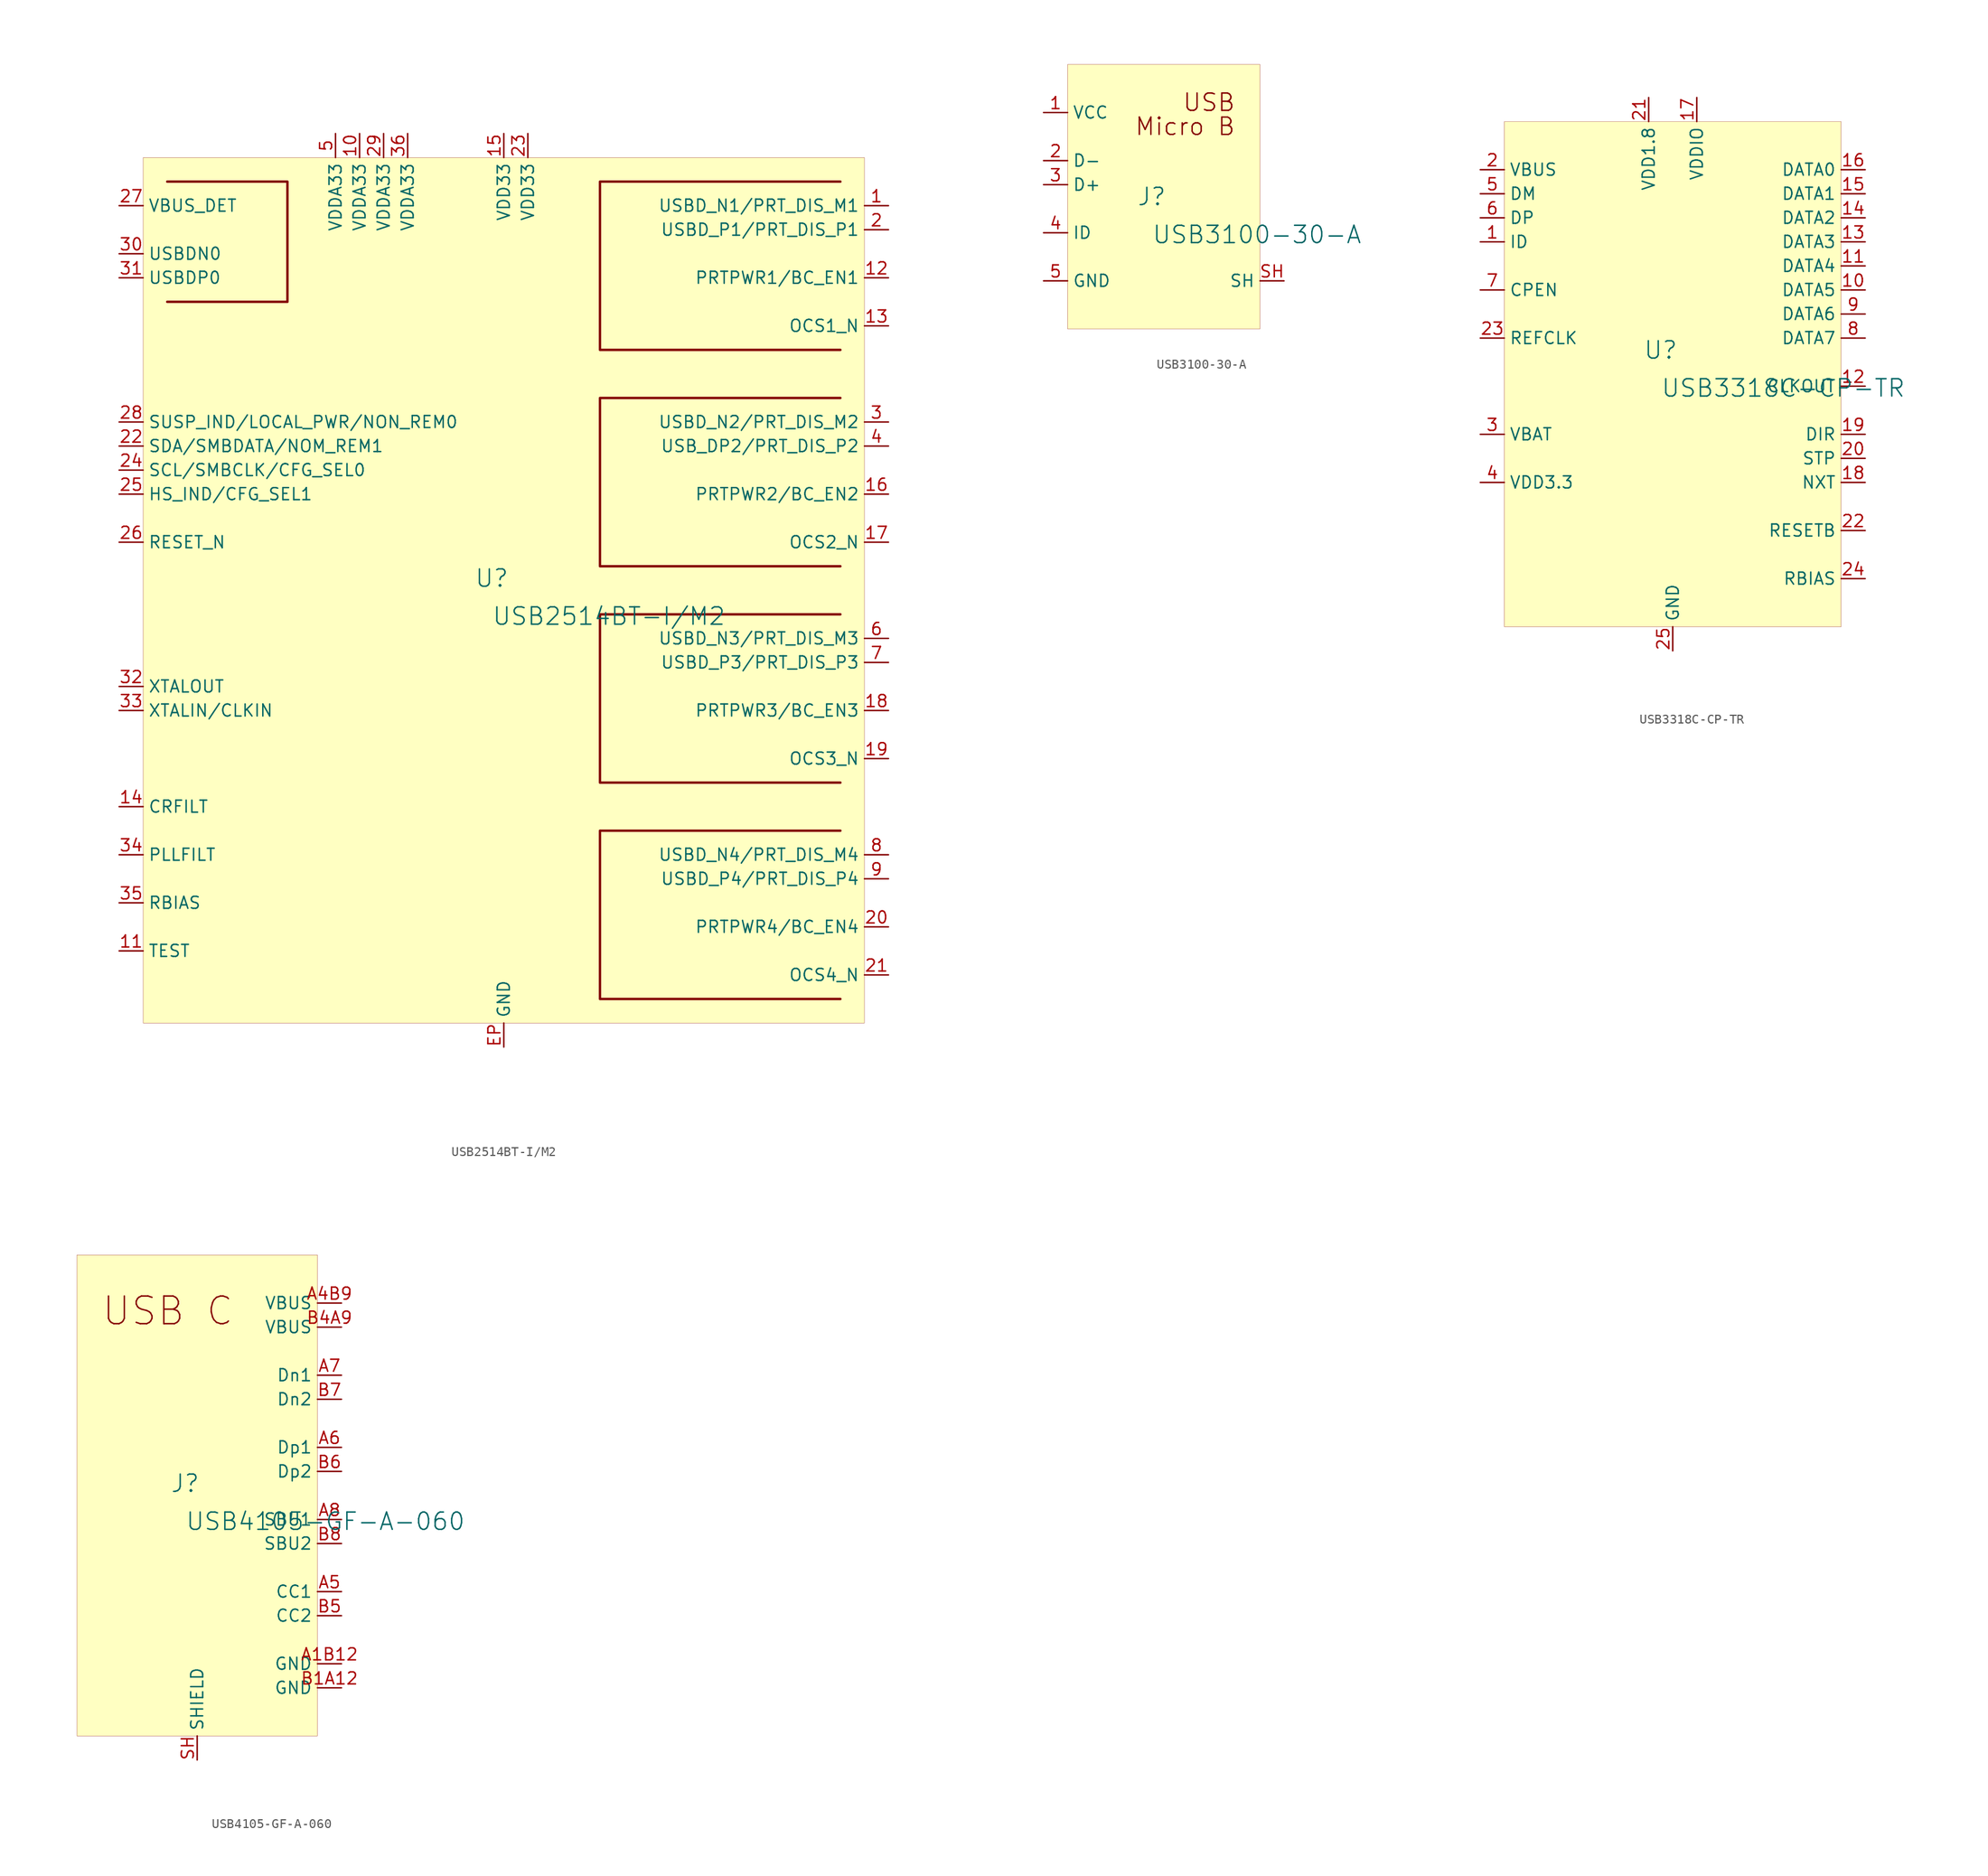
<source format=kicad_sym>
(kicad_symbol_lib
  (version 20231120)
  (generator "kicad_symbol_editor")
  (generator_version "8.0")
  (symbol "USB2514BT-I/M2"
    (property "Reference" "U"
      (at -1.27 1.27 0)
      (effects (font (size 1.829 1.829))))
    (property "Value" "USB2514BT-I/M2"
      (at -1.27 -3.81 0)
      (effects (font (size 1.829 1.829)) (justify left bottom)))
    (symbol "USB2514BT-I/M2_1_0"
      (polyline (pts (xy -35.56 43.18) (xy -22.86 43.18) (xy -22.86 30.48) (xy -35.56 30.48)) (stroke (width 0.254) (type solid)) (fill (type none)))
      (polyline (pts (xy 35.56 -25.4) (xy 10.16 -25.4) (xy 10.16 -43.18) (xy 35.56 -43.18)) (stroke (width 0.254) (type solid)) (fill (type none)))
      (polyline (pts (xy 35.56 -2.54) (xy 10.16 -2.54) (xy 10.16 -20.32) (xy 35.56 -20.32)) (stroke (width 0.254) (type solid)) (fill (type none)))
      (polyline (pts (xy 35.56 20.32) (xy 10.16 20.32) (xy 10.16 2.54) (xy 35.56 2.54)) (stroke (width 0.254) (type solid)) (fill (type none)))
      (polyline (pts (xy 35.56 43.18) (xy 10.16 43.18) (xy 10.16 25.4) (xy 35.56 25.4)) (stroke (width 0.254) (type solid)) (fill (type none)))
      (rectangle (start 38.1 45.72) (end -38.1 -45.72) (stroke (width 0.025) (type solid) (color 128 0 0 1)) (fill (type background)))
      (pin bidirectional line (at 40.64 40.64 180) (length 2.54) (name "USBD_N1/PRT_DIS_M1" (effects (font (size 1.27 1.27)))) (number "1" (effects (font (size 1.27 1.27)))))
      (pin power_in line (at -15.24 48.26 270) (length 2.54) (name "VDDA33" (effects (font (size 1.27 1.27)))) (number "10" (effects (font (size 1.27 1.27)))))
      (pin passive line (at -40.64 -38.1 0) (length 2.54) (name "TEST" (effects (font (size 1.27 1.27)))) (number "11" (effects (font (size 1.27 1.27)))))
      (pin output line (at 40.64 33.02 180) (length 2.54) (name "PRTPWR1/BC_EN1" (effects (font (size 1.27 1.27)))) (number "12" (effects (font (size 1.27 1.27)))))
      (pin input line (at 40.64 27.94 180) (length 2.54) (name "OCS1_N" (effects (font (size 1.27 1.27)))) (number "13" (effects (font (size 1.27 1.27)))))
      (pin power_in line (at -40.64 -22.86 0) (length 2.54) (name "CRFILT" (effects (font (size 1.27 1.27)))) (number "14" (effects (font (size 1.27 1.27)))))
      (pin power_in line (at 0 48.26 270) (length 2.54) (name "VDD33" (effects (font (size 1.27 1.27)))) (number "15" (effects (font (size 1.27 1.27)))))
      (pin output line (at 40.64 10.16 180) (length 2.54) (name "PRTPWR2/BC_EN2" (effects (font (size 1.27 1.27)))) (number "16" (effects (font (size 1.27 1.27)))))
      (pin input line (at 40.64 5.08 180) (length 2.54) (name "OCS2_N" (effects (font (size 1.27 1.27)))) (number "17" (effects (font (size 1.27 1.27)))))
      (pin output line (at 40.64 -12.7 180) (length 2.54) (name "PRTPWR3/BC_EN3" (effects (font (size 1.27 1.27)))) (number "18" (effects (font (size 1.27 1.27)))))
      (pin input line (at 40.64 -17.78 180) (length 2.54) (name "OCS3_N" (effects (font (size 1.27 1.27)))) (number "19" (effects (font (size 1.27 1.27)))))
      (pin bidirectional line (at 40.64 38.1 180) (length 2.54) (name "USBD_P1/PRT_DIS_P1" (effects (font (size 1.27 1.27)))) (number "2" (effects (font (size 1.27 1.27)))))
      (pin output line (at 40.64 -35.56 180) (length 2.54) (name "PRTPWR4/BC_EN4" (effects (font (size 1.27 1.27)))) (number "20" (effects (font (size 1.27 1.27)))))
      (pin input line (at 40.64 -40.64 180) (length 2.54) (name "OCS4_N" (effects (font (size 1.27 1.27)))) (number "21" (effects (font (size 1.27 1.27)))))
      (pin bidirectional line (at -40.64 15.24 0) (length 2.54) (name "SDA/SMBDATA/NOM_REM1" (effects (font (size 1.27 1.27)))) (number "22" (effects (font (size 1.27 1.27)))))
      (pin power_in line (at 2.54 48.26 270) (length 2.54) (name "VDD33" (effects (font (size 1.27 1.27)))) (number "23" (effects (font (size 1.27 1.27)))))
      (pin input line (at -40.64 12.7 0) (length 2.54) (name "SCL/SMBCLK/CFG_SEL0" (effects (font (size 1.27 1.27)))) (number "24" (effects (font (size 1.27 1.27)))))
      (pin input line (at -40.64 10.16 0) (length 2.54) (name "HS_IND/CFG_SEL1" (effects (font (size 1.27 1.27)))) (number "25" (effects (font (size 1.27 1.27)))))
      (pin input line (at -40.64 5.08 0) (length 2.54) (name "RESET_N" (effects (font (size 1.27 1.27)))) (number "26" (effects (font (size 1.27 1.27)))))
      (pin input line (at -40.64 40.64 0) (length 2.54) (name "VBUS_DET" (effects (font (size 1.27 1.27)))) (number "27" (effects (font (size 1.27 1.27)))))
      (pin bidirectional line (at -40.64 17.78 0) (length 2.54) (name "SUSP_IND/LOCAL_PWR/NON_REM0" (effects (font (size 1.27 1.27)))) (number "28" (effects (font (size 1.27 1.27)))))
      (pin power_in line (at -12.7 48.26 270) (length 2.54) (name "VDDA33" (effects (font (size 1.27 1.27)))) (number "29" (effects (font (size 1.27 1.27)))))
      (pin bidirectional line (at 40.64 17.78 180) (length 2.54) (name "USBD_N2/PRT_DIS_M2" (effects (font (size 1.27 1.27)))) (number "3" (effects (font (size 1.27 1.27)))))
      (pin bidirectional line (at -40.64 35.56 0) (length 2.54) (name "USBDN0" (effects (font (size 1.27 1.27)))) (number "30" (effects (font (size 1.27 1.27)))))
      (pin bidirectional line (at -40.64 33.02 0) (length 2.54) (name "USBDP0" (effects (font (size 1.27 1.27)))) (number "31" (effects (font (size 1.27 1.27)))))
      (pin output line (at -40.64 -10.16 0) (length 2.54) (name "XTALOUT" (effects (font (size 1.27 1.27)))) (number "32" (effects (font (size 1.27 1.27)))))
      (pin input line (at -40.64 -12.7 0) (length 2.54) (name "XTALIN/CLKIN" (effects (font (size 1.27 1.27)))) (number "33" (effects (font (size 1.27 1.27)))))
      (pin power_in line (at -40.64 -27.94 0) (length 2.54) (name "PLLFILT" (effects (font (size 1.27 1.27)))) (number "34" (effects (font (size 1.27 1.27)))))
      (pin passive line (at -40.64 -33.02 0) (length 2.54) (name "RBIAS" (effects (font (size 1.27 1.27)))) (number "35" (effects (font (size 1.27 1.27)))))
      (pin power_in line (at -10.16 48.26 270) (length 2.54) (name "VDDA33" (effects (font (size 1.27 1.27)))) (number "36" (effects (font (size 1.27 1.27)))))
      (pin bidirectional line (at 40.64 15.24 180) (length 2.54) (name "USB_DP2/PRT_DIS_P2" (effects (font (size 1.27 1.27)))) (number "4" (effects (font (size 1.27 1.27)))))
      (pin power_in line (at -17.78 48.26 270) (length 2.54) (name "VDDA33" (effects (font (size 1.27 1.27)))) (number "5" (effects (font (size 1.27 1.27)))))
      (pin bidirectional line (at 40.64 -5.08 180) (length 2.54) (name "USBD_N3/PRT_DIS_M3" (effects (font (size 1.27 1.27)))) (number "6" (effects (font (size 1.27 1.27)))))
      (pin bidirectional line (at 40.64 -7.62 180) (length 2.54) (name "USBD_P3/PRT_DIS_P3" (effects (font (size 1.27 1.27)))) (number "7" (effects (font (size 1.27 1.27)))))
      (pin bidirectional line (at 40.64 -27.94 180) (length 2.54) (name "USBD_N4/PRT_DIS_M4" (effects (font (size 1.27 1.27)))) (number "8" (effects (font (size 1.27 1.27)))))
      (pin bidirectional line (at 40.64 -30.48 180) (length 2.54) (name "USBD_P4/PRT_DIS_P4" (effects (font (size 1.27 1.27)))) (number "9" (effects (font (size 1.27 1.27)))))
      (pin power_in line (at 0 -48.26 90) (length 2.54) (name "GND" (effects (font (size 1.27 1.27)))) (number "EP" (effects (font (size 1.27 1.27)))))))
  (symbol "USB3100-30-A"
    (property "Reference" "J"
      (at -1.27 1.27 0)
      (effects (font (size 1.829 1.829))))
    (property "Value" "USB3100-30-A"
      (at -1.27 -3.81 0)
      (effects (font (size 1.829 1.829)) (justify left bottom)))
    (symbol "USB3100-30-A_1_0"
      (rectangle (start -10.16 15.24) (end 10.16 -12.7) (stroke (width 0.025) (type solid)) (fill (type background)))
      (text "Micro B" (at 7.62 7.62 0) (effects (font (size 1.829 1.829)) (justify right bottom)))
      (text "USB" (at 7.62 10.16 0) (effects (font (size 1.829 1.829)) (justify right bottom)))
      (pin passive line (at -12.7 10.16 0) (length 2.54) (name "VCC" (effects (font (size 1.27 1.27)))) (number "1" (effects (font (size 1.27 1.27)))))
      (pin passive line (at -12.7 5.08 0) (length 2.54) (name "D-" (effects (font (size 1.27 1.27)))) (number "2" (effects (font (size 1.27 1.27)))))
      (pin passive line (at -12.7 2.54 0) (length 2.54) (name "D+" (effects (font (size 1.27 1.27)))) (number "3" (effects (font (size 1.27 1.27)))))
      (pin passive line (at -12.7 -2.54 0) (length 2.54) (name "ID" (effects (font (size 1.27 1.27)))) (number "4" (effects (font (size 1.27 1.27)))))
      (pin passive line (at -12.7 -7.62 0) (length 2.54) (name "GND" (effects (font (size 1.27 1.27)))) (number "5" (effects (font (size 1.27 1.27)))))
      (pin passive line (at 12.7 -7.62 180) (length 2.54) (name "SH" (effects (font (size 1.27 1.27)))) (number "SH" (effects (font (size 1.27 1.27)))))))
  (symbol "USB3318C-CP-TR"
    (property "Reference" "U"
      (at -1.27 1.27 0)
      (effects (font (size 1.829 1.829))))
    (property "Value" "USB3318C-CP-TR"
      (at -1.27 -3.81 0)
      (effects (font (size 1.829 1.829)) (justify left bottom)))
    (symbol "USB3318C-CP-TR_1_0"
      (rectangle (start 17.78 25.4) (end -17.78 -27.94) (stroke (width 0.025) (type solid) (color 128 0 0 1)) (fill (type background)))
      (pin passive line (at -20.32 12.7 0) (length 2.54) (name "ID" (effects (font (size 1.27 1.27)))) (number "1" (effects (font (size 1.27 1.27)))))
      (pin passive line (at 20.32 7.62 180) (length 2.54) (name "DATA5" (effects (font (size 1.27 1.27)))) (number "10" (effects (font (size 1.27 1.27)))))
      (pin passive line (at 20.32 10.16 180) (length 2.54) (name "DATA4" (effects (font (size 1.27 1.27)))) (number "11" (effects (font (size 1.27 1.27)))))
      (pin passive line (at 20.32 -2.54 180) (length 2.54) (name "CLKOUT" (effects (font (size 1.27 1.27)))) (number "12" (effects (font (size 1.27 1.27)))))
      (pin passive line (at 20.32 12.7 180) (length 2.54) (name "DATA3" (effects (font (size 1.27 1.27)))) (number "13" (effects (font (size 1.27 1.27)))))
      (pin passive line (at 20.32 15.24 180) (length 2.54) (name "DATA2" (effects (font (size 1.27 1.27)))) (number "14" (effects (font (size 1.27 1.27)))))
      (pin passive line (at 20.32 17.78 180) (length 2.54) (name "DATA1" (effects (font (size 1.27 1.27)))) (number "15" (effects (font (size 1.27 1.27)))))
      (pin passive line (at 20.32 20.32 180) (length 2.54) (name "DATA0" (effects (font (size 1.27 1.27)))) (number "16" (effects (font (size 1.27 1.27)))))
      (pin passive line (at 2.54 27.94 270) (length 2.54) (name "VDDIO" (effects (font (size 1.27 1.27)))) (number "17" (effects (font (size 1.27 1.27)))))
      (pin passive line (at 20.32 -12.7 180) (length 2.54) (name "NXT" (effects (font (size 1.27 1.27)))) (number "18" (effects (font (size 1.27 1.27)))))
      (pin passive line (at 20.32 -7.62 180) (length 2.54) (name "DIR" (effects (font (size 1.27 1.27)))) (number "19" (effects (font (size 1.27 1.27)))))
      (pin passive line (at -20.32 20.32 0) (length 2.54) (name "VBUS" (effects (font (size 1.27 1.27)))) (number "2" (effects (font (size 1.27 1.27)))))
      (pin passive line (at 20.32 -10.16 180) (length 2.54) (name "STP" (effects (font (size 1.27 1.27)))) (number "20" (effects (font (size 1.27 1.27)))))
      (pin passive line (at -2.54 27.94 270) (length 2.54) (name "VDD1.8" (effects (font (size 1.27 1.27)))) (number "21" (effects (font (size 1.27 1.27)))))
      (pin passive line (at 20.32 -17.78 180) (length 2.54) (name "RESETB" (effects (font (size 1.27 1.27)))) (number "22" (effects (font (size 1.27 1.27)))))
      (pin passive line (at -20.32 2.54 0) (length 2.54) (name "REFCLK" (effects (font (size 1.27 1.27)))) (number "23" (effects (font (size 1.27 1.27)))))
      (pin passive line (at 20.32 -22.86 180) (length 2.54) (name "RBIAS" (effects (font (size 1.27 1.27)))) (number "24" (effects (font (size 1.27 1.27)))))
      (pin passive line (at 0 -30.48 90) (length 2.54) (name "GND" (effects (font (size 1.27 1.27)))) (number "25" (effects (font (size 1.27 1.27)))))
      (pin passive line (at -20.32 -7.62 0) (length 2.54) (name "VBAT" (effects (font (size 1.27 1.27)))) (number "3" (effects (font (size 1.27 1.27)))))
      (pin passive line (at -20.32 -12.7 0) (length 2.54) (name "VDD3.3" (effects (font (size 1.27 1.27)))) (number "4" (effects (font (size 1.27 1.27)))))
      (pin passive line (at -20.32 17.78 0) (length 2.54) (name "DM" (effects (font (size 1.27 1.27)))) (number "5" (effects (font (size 1.27 1.27)))))
      (pin passive line (at -20.32 15.24 0) (length 2.54) (name "DP" (effects (font (size 1.27 1.27)))) (number "6" (effects (font (size 1.27 1.27)))))
      (pin passive line (at -20.32 7.62 0) (length 2.54) (name "CPEN" (effects (font (size 1.27 1.27)))) (number "7" (effects (font (size 1.27 1.27)))))
      (pin passive line (at 20.32 2.54 180) (length 2.54) (name "DATA7" (effects (font (size 1.27 1.27)))) (number "8" (effects (font (size 1.27 1.27)))))
      (pin passive line (at 20.32 5.08 180) (length 2.54) (name "DATA6" (effects (font (size 1.27 1.27)))) (number "9" (effects (font (size 1.27 1.27)))))))
  (symbol "USB4105-GF-A-060"
    (property "Reference" "J"
      (at -1.27 1.27 0)
      (effects (font (size 1.829 1.829))))
    (property "Value" "USB4105-GF-A-060"
      (at -1.27 -3.81 0)
      (effects (font (size 1.829 1.829)) (justify left bottom)))
    (symbol "USB4105-GF-A-060_1_0"
      (rectangle (start -12.7 25.4) (end 12.7 -25.4) (stroke (width 0.025) (type solid)) (fill (type background)))
      (text "USB C" (at -10.16 17.78 0) (effects (font (size 2.921 2.921)) (justify left bottom)))
      (pin passive line (at 15.24 -17.78 180) (length 2.54) (name "GND" (effects (font (size 1.27 1.27)))) (number "A1B12" (effects (font (size 1.27 1.27)))))
      (pin passive line (at 15.24 20.32 180) (length 2.54) (name "VBUS" (effects (font (size 1.27 1.27)))) (number "A4B9" (effects (font (size 1.27 1.27)))))
      (pin passive line (at 15.24 -10.16 180) (length 2.54) (name "CC1" (effects (font (size 1.27 1.27)))) (number "A5" (effects (font (size 1.27 1.27)))))
      (pin passive line (at 15.24 5.08 180) (length 2.54) (name "Dp1" (effects (font (size 1.27 1.27)))) (number "A6" (effects (font (size 1.27 1.27)))))
      (pin passive line (at 15.24 12.7 180) (length 2.54) (name "Dn1" (effects (font (size 1.27 1.27)))) (number "A7" (effects (font (size 1.27 1.27)))))
      (pin passive line (at 15.24 -2.54 180) (length 2.54) (name "SBU1" (effects (font (size 1.27 1.27)))) (number "A8" (effects (font (size 1.27 1.27)))))
      (pin passive line (at 15.24 -20.32 180) (length 2.54) (name "GND" (effects (font (size 1.27 1.27)))) (number "B1A12" (effects (font (size 1.27 1.27)))))
      (pin passive line (at 15.24 17.78 180) (length 2.54) (name "VBUS" (effects (font (size 1.27 1.27)))) (number "B4A9" (effects (font (size 1.27 1.27)))))
      (pin passive line (at 15.24 -12.7 180) (length 2.54) (name "CC2" (effects (font (size 1.27 1.27)))) (number "B5" (effects (font (size 1.27 1.27)))))
      (pin passive line (at 15.24 2.54 180) (length 2.54) (name "Dp2" (effects (font (size 1.27 1.27)))) (number "B6" (effects (font (size 1.27 1.27)))))
      (pin passive line (at 15.24 10.16 180) (length 2.54) (name "Dn2" (effects (font (size 1.27 1.27)))) (number "B7" (effects (font (size 1.27 1.27)))))
      (pin passive line (at 15.24 -5.08 180) (length 2.54) (name "SBU2" (effects (font (size 1.27 1.27)))) (number "B8" (effects (font (size 1.27 1.27)))))
      (pin passive line (at 0 -27.94 90) (length 2.54) (name "SHIELD" (effects (font (size 1.27 1.27)))) (number "SH" (effects (font (size 1.27 1.27))))))))
</source>
